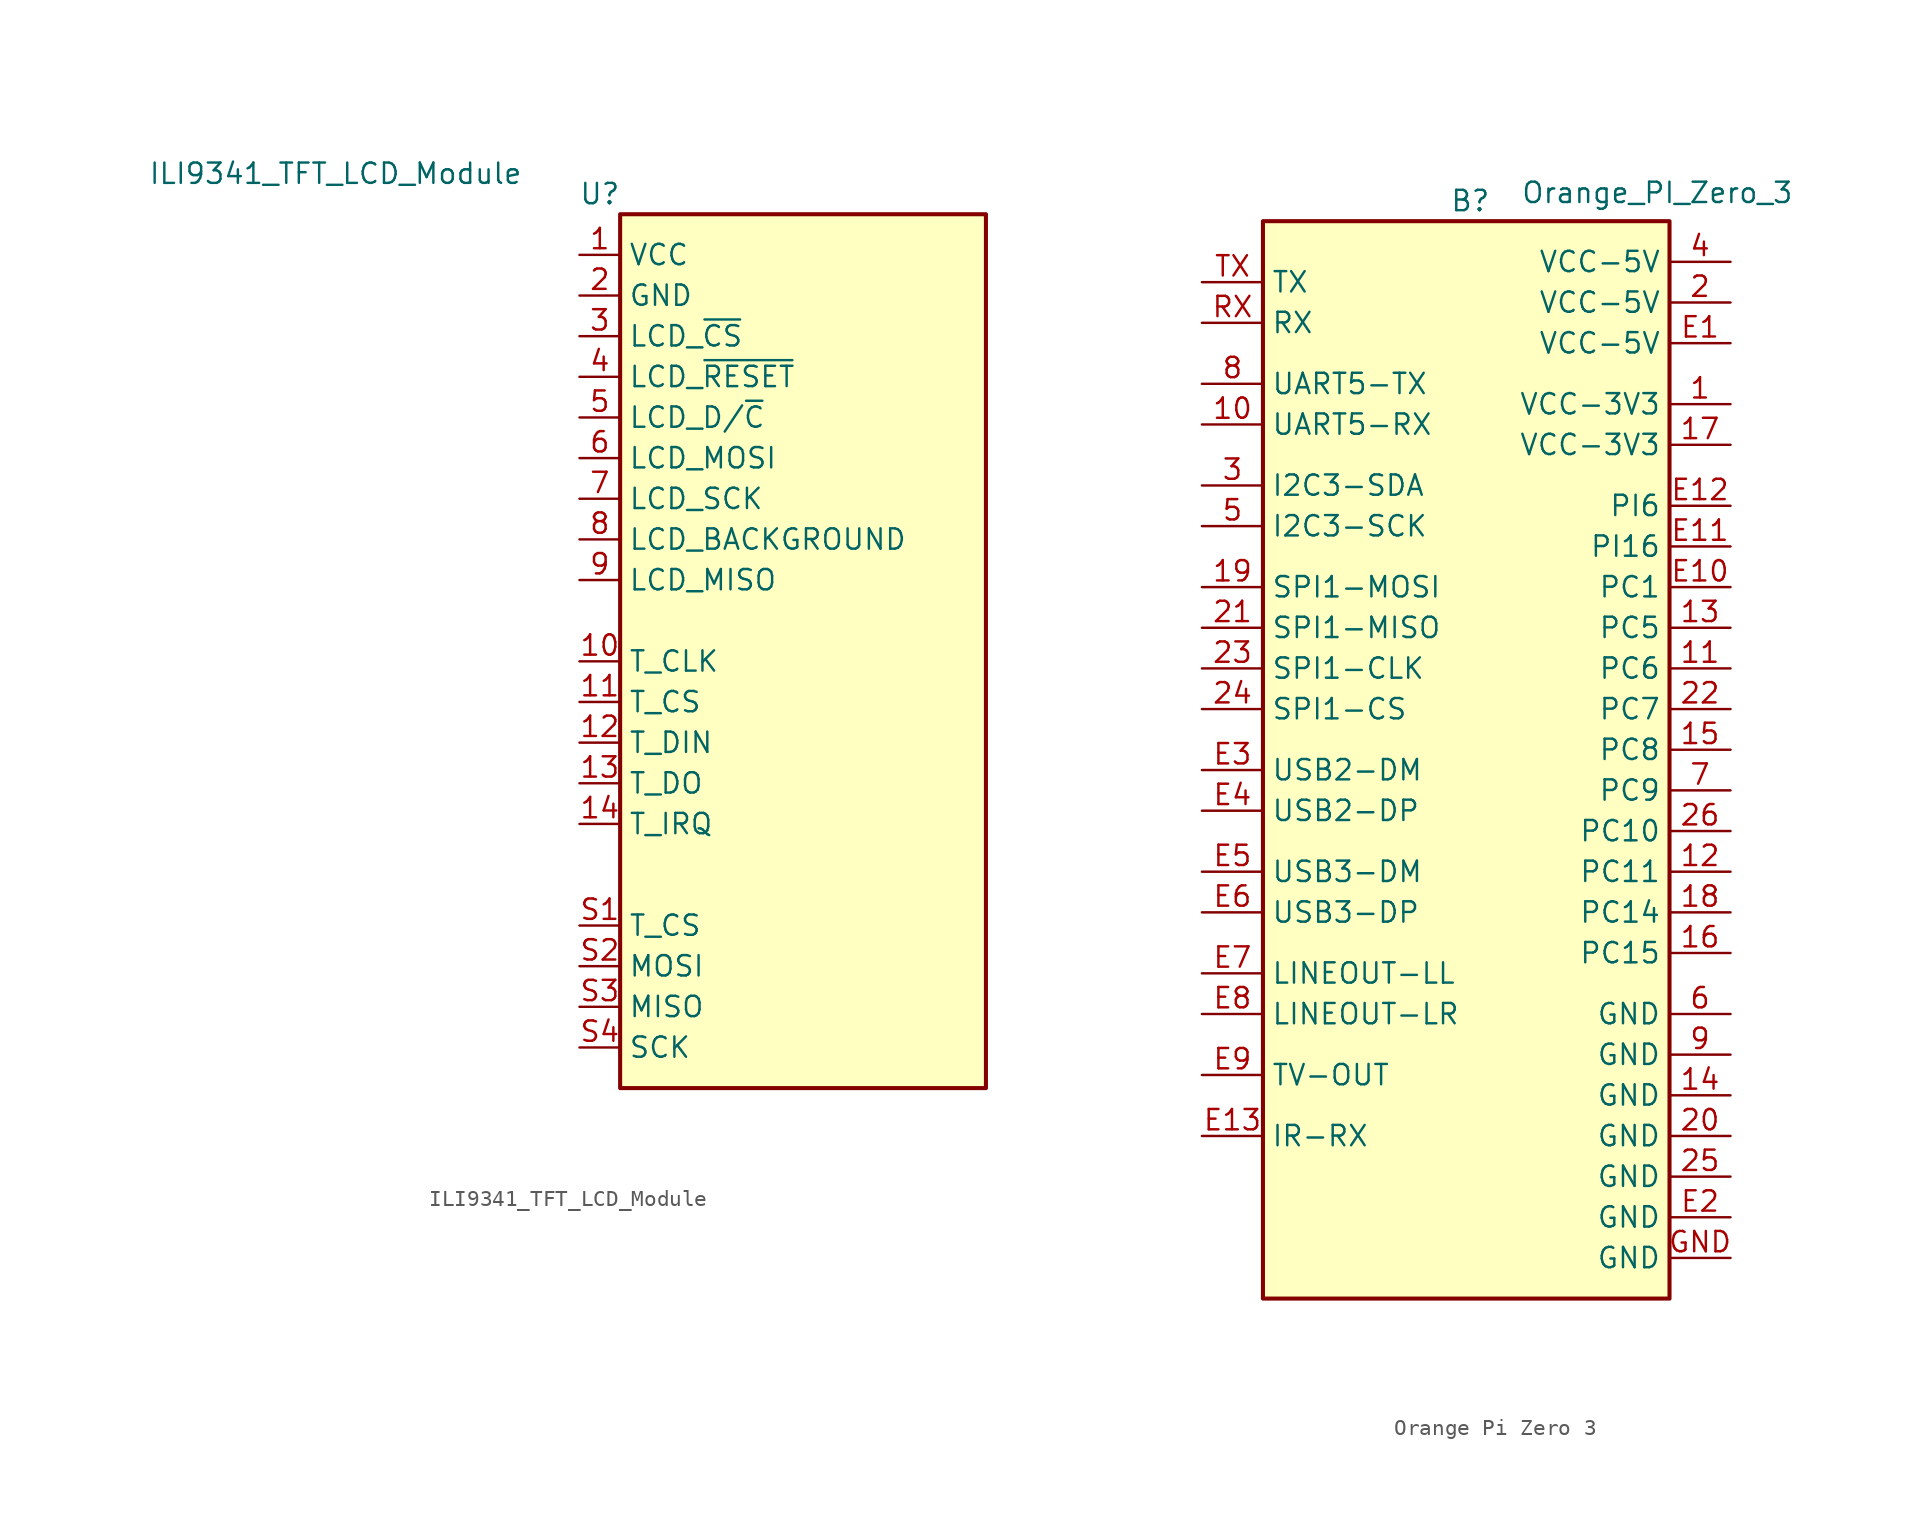
<source format=kicad_sym>
(kicad_symbol_lib
  (version 20231120)
  (generator "kicad_symbol_editor")
  (generator_version "8.0")
  (symbol "ILI9341_TFT_LCD_Module"
    (property "Reference" "U"
      (at -1.27 1.27 0)
      (effects (font (size 1.27 1.27))))
    (property "Value" "ILI9341_TFT_LCD_Module"
      (at -17.78 2.54 0)
      (effects (font (size 1.27 1.27))))
    (symbol "ILI9341_TFT_LCD_Module_0_1"
      (rectangle (start 0 0) (end 22.86 -54.61) (stroke (width 0.254) (type default)) (fill (type background))))
    (symbol "ILI9341_TFT_LCD_Module_1_1"
      (pin power_in line (at -2.54 -2.54 0) (length 2.54) (name "VCC" (effects (font (size 1.27 1.27)))) (number "1" (effects (font (size 1.27 1.27)))))
      (pin input line (at -2.54 -27.94 0) (length 2.54) (name "T_CLK" (effects (font (size 1.27 1.27)))) (number "10" (effects (font (size 1.27 1.27)))))
      (pin input line (at -2.54 -30.48 0) (length 2.54) (name "T_CS" (effects (font (size 1.27 1.27)))) (number "11" (effects (font (size 1.27 1.27)))))
      (pin input line (at -2.54 -33.02 0) (length 2.54) (name "T_DIN" (effects (font (size 1.27 1.27)))) (number "12" (effects (font (size 1.27 1.27)))))
      (pin input line (at -2.54 -35.56 0) (length 2.54) (name "T_DO" (effects (font (size 1.27 1.27)))) (number "13" (effects (font (size 1.27 1.27)))))
      (pin input line (at -2.54 -38.1 0) (length 2.54) (name "T_IRQ" (effects (font (size 1.27 1.27)))) (number "14" (effects (font (size 1.27 1.27)))))
      (pin power_in line (at -2.54 -5.08 0) (length 2.54) (name "GND" (effects (font (size 1.27 1.27)))) (number "2" (effects (font (size 1.27 1.27)))))
      (pin input line (at -2.54 -7.62 0) (length 2.54) (name "LCD_~{CS}" (effects (font (size 1.27 1.27)))) (number "3" (effects (font (size 1.27 1.27)))))
      (pin input line (at -2.54 -10.16 0) (length 2.54) (name "LCD_~{RESET}" (effects (font (size 1.27 1.27)))) (number "4" (effects (font (size 1.27 1.27)))))
      (pin input line (at -2.54 -12.7 0) (length 2.54) (name "LCD_D/~{C}" (effects (font (size 1.27 1.27)))) (number "5" (effects (font (size 1.27 1.27)))))
      (pin input line (at -2.54 -15.24 0) (length 2.54) (name "LCD_MOSI" (effects (font (size 1.27 1.27)))) (number "6" (effects (font (size 1.27 1.27)))))
      (pin input line (at -2.54 -17.78 0) (length 2.54) (name "LCD_SCK" (effects (font (size 1.27 1.27)))) (number "7" (effects (font (size 1.27 1.27)))))
      (pin power_in line (at -2.54 -20.32 0) (length 2.54) (name "LCD_BACKGROUND" (effects (font (size 1.27 1.27)))) (number "8" (effects (font (size 1.27 1.27)))))
      (pin output line (at -2.54 -22.86 0) (length 2.54) (name "LCD_MISO" (effects (font (size 1.27 1.27)))) (number "9" (effects (font (size 1.27 1.27)))))
      (pin input line (at -2.54 -44.45 0) (length 2.54) (name "T_CS" (effects (font (size 1.27 1.27)))) (number "S1" (effects (font (size 1.27 1.27)))))
      (pin input line (at -2.54 -46.99 0) (length 2.54) (name "MOSI" (effects (font (size 1.27 1.27)))) (number "S2" (effects (font (size 1.27 1.27)))))
      (pin output line (at -2.54 -49.53 0) (length 2.54) (name "MISO" (effects (font (size 1.27 1.27)))) (number "S3" (effects (font (size 1.27 1.27)))))
      (pin input line (at -2.54 -52.07 0) (length 2.54) (name "SCK" (effects (font (size 1.27 1.27)))) (number "S4" (effects (font (size 1.27 1.27)))))))
  (symbol "Orange Pi Zero 3"
    (property "Reference" "B"
      (at 0.254 1.27 0)
      (effects (font (size 1.27 1.27))))
    (property "Value" "Orange_PI_Zero_3"
      (at 11.938 1.778 0)
      (effects (font (size 1.27 1.27))))
    (symbol "Orange Pi Zero 3_0_1"
      (rectangle (start -12.7 0) (end 12.7 -67.31) (stroke (width 0.254) (type default)) (fill (type background))))
    (symbol "Orange Pi Zero 3_1_1"
      (pin power_out line (at 16.51 -11.43 180) (length 3.81) (name "VCC-3V3" (effects (font (size 1.27 1.27)))) (number "1" (effects (font (size 1.27 1.27)))))
      (pin bidirectional line (at -16.51 -12.7 0) (length 3.81) (name "UART5-RX" (effects (font (size 1.27 1.27)))) (number "10" (effects (font (size 1.27 1.27)))))
      (pin bidirectional line (at 16.51 -27.94 180) (length 3.81) (name "PC6" (effects (font (size 1.27 1.27)))) (number "11" (effects (font (size 1.27 1.27)))))
      (pin bidirectional line (at 16.51 -40.64 180) (length 3.81) (name "PC11" (effects (font (size 1.27 1.27)))) (number "12" (effects (font (size 1.27 1.27)))))
      (pin bidirectional line (at 16.51 -25.4 180) (length 3.81) (name "PC5" (effects (font (size 1.27 1.27)))) (number "13" (effects (font (size 1.27 1.27)))))
      (pin power_in line (at 16.51 -54.61 180) (length 3.81) (name "GND" (effects (font (size 1.27 1.27)))) (number "14" (effects (font (size 1.27 1.27)))))
      (pin bidirectional line (at 16.51 -33.02 180) (length 3.81) (name "PC8" (effects (font (size 1.27 1.27)))) (number "15" (effects (font (size 1.27 1.27)))))
      (pin bidirectional line (at 16.51 -45.72 180) (length 3.81) (name "PC15" (effects (font (size 1.27 1.27)))) (number "16" (effects (font (size 1.27 1.27)))))
      (pin power_out line (at 16.51 -13.97 180) (length 3.81) (name "VCC-3V3" (effects (font (size 1.27 1.27)))) (number "17" (effects (font (size 1.27 1.27)))))
      (pin bidirectional line (at 16.51 -43.18 180) (length 3.81) (name "PC14" (effects (font (size 1.27 1.27)))) (number "18" (effects (font (size 1.27 1.27)))))
      (pin bidirectional line (at -16.51 -22.86 0) (length 3.81) (name "SPI1-MOSI" (effects (font (size 1.27 1.27)))) (number "19" (effects (font (size 1.27 1.27)))))
      (pin power_in line (at 16.51 -5.08 180) (length 3.81) (name "VCC-5V" (effects (font (size 1.27 1.27)))) (number "2" (effects (font (size 1.27 1.27)))))
      (pin power_in line (at 16.51 -57.15 180) (length 3.81) (name "GND" (effects (font (size 1.27 1.27)))) (number "20" (effects (font (size 1.27 1.27)))))
      (pin bidirectional line (at -16.51 -25.4 0) (length 3.81) (name "SPI1-MISO" (effects (font (size 1.27 1.27)))) (number "21" (effects (font (size 1.27 1.27)))))
      (pin bidirectional line (at 16.51 -30.48 180) (length 3.81) (name "PC7" (effects (font (size 1.27 1.27)))) (number "22" (effects (font (size 1.27 1.27)))))
      (pin bidirectional line (at -16.51 -27.94 0) (length 3.81) (name "SPI1-CLK" (effects (font (size 1.27 1.27)))) (number "23" (effects (font (size 1.27 1.27)))))
      (pin bidirectional line (at -16.51 -30.48 0) (length 3.81) (name "SPI1-CS" (effects (font (size 1.27 1.27)))) (number "24" (effects (font (size 1.27 1.27)))))
      (pin power_in line (at 16.51 -59.69 180) (length 3.81) (name "GND" (effects (font (size 1.27 1.27)))) (number "25" (effects (font (size 1.27 1.27)))))
      (pin bidirectional line (at 16.51 -38.1 180) (length 3.81) (name "PC10" (effects (font (size 1.27 1.27)))) (number "26" (effects (font (size 1.27 1.27)))))
      (pin bidirectional line (at -16.51 -16.51 0) (length 3.81) (name "I2C3-SDA" (effects (font (size 1.27 1.27)))) (number "3" (effects (font (size 1.27 1.27)))))
      (pin power_in line (at 16.51 -2.54 180) (length 3.81) (name "VCC-5V" (effects (font (size 1.27 1.27)))) (number "4" (effects (font (size 1.27 1.27)))))
      (pin bidirectional line (at -16.51 -19.05 0) (length 3.81) (name "I2C3-SCK" (effects (font (size 1.27 1.27)))) (number "5" (effects (font (size 1.27 1.27)))))
      (pin power_in line (at 16.51 -49.53 180) (length 3.81) (name "GND" (effects (font (size 1.27 1.27)))) (number "6" (effects (font (size 1.27 1.27)))))
      (pin bidirectional line (at 16.51 -35.56 180) (length 3.81) (name "PC9" (effects (font (size 1.27 1.27)))) (number "7" (effects (font (size 1.27 1.27)))))
      (pin bidirectional line (at -16.51 -10.16 0) (length 3.81) (name "UART5-TX" (effects (font (size 1.27 1.27)))) (number "8" (effects (font (size 1.27 1.27)))))
      (pin power_in line (at 16.51 -52.07 180) (length 3.81) (name "GND" (effects (font (size 1.27 1.27)))) (number "9" (effects (font (size 1.27 1.27)))))
      (pin power_in line (at 16.51 -7.62 180) (length 3.81) (name "VCC-5V" (effects (font (size 1.27 1.27)))) (number "E1" (effects (font (size 1.27 1.27)))))
      (pin bidirectional line (at 16.51 -22.86 180) (length 3.81) (name "PC1" (effects (font (size 1.27 1.27)))) (number "E10" (effects (font (size 1.27 1.27)))))
      (pin bidirectional line (at 16.51 -20.32 180) (length 3.81) (name "PI16" (effects (font (size 1.27 1.27)))) (number "E11" (effects (font (size 1.27 1.27)))))
      (pin bidirectional line (at 16.51 -17.78 180) (length 3.81) (name "PI6" (effects (font (size 1.27 1.27)))) (number "E12" (effects (font (size 1.27 1.27)))))
      (pin input line (at -16.51 -57.15 0) (length 3.81) (name "IR-RX" (effects (font (size 1.27 1.27)))) (number "E13" (effects (font (size 1.27 1.27)))))
      (pin power_in line (at 16.51 -62.23 180) (length 3.81) (name "GND" (effects (font (size 1.27 1.27)))) (number "E2" (effects (font (size 1.27 1.27)))))
      (pin bidirectional line (at -16.51 -34.29 0) (length 3.81) (name "USB2-DM" (effects (font (size 1.27 1.27)))) (number "E3" (effects (font (size 1.27 1.27)))))
      (pin bidirectional line (at -16.51 -36.83 0) (length 3.81) (name "USB2-DP" (effects (font (size 1.27 1.27)))) (number "E4" (effects (font (size 1.27 1.27)))))
      (pin bidirectional line (at -16.51 -40.64 0) (length 3.81) (name "USB3-DM" (effects (font (size 1.27 1.27)))) (number "E5" (effects (font (size 1.27 1.27)))))
      (pin bidirectional line (at -16.51 -43.18 0) (length 3.81) (name "USB3-DP" (effects (font (size 1.27 1.27)))) (number "E6" (effects (font (size 1.27 1.27)))))
      (pin output line (at -16.51 -46.99 0) (length 3.81) (name "LINEOUT-LL" (effects (font (size 1.27 1.27)))) (number "E7" (effects (font (size 1.27 1.27)))))
      (pin output line (at -16.51 -49.53 0) (length 3.81) (name "LINEOUT-LR" (effects (font (size 1.27 1.27)))) (number "E8" (effects (font (size 1.27 1.27)))))
      (pin output line (at -16.51 -53.34 0) (length 3.81) (name "TV-OUT" (effects (font (size 1.27 1.27)))) (number "E9" (effects (font (size 1.27 1.27)))))
      (pin power_in line (at 16.51 -64.77 180) (length 3.81) (name "GND" (effects (font (size 1.27 1.27)))) (number "GND" (effects (font (size 1.27 1.27)))))
      (pin bidirectional line (at -16.51 -6.35 0) (length 3.81) (name "RX" (effects (font (size 1.27 1.27)))) (number "RX" (effects (font (size 1.27 1.27)))))
      (pin bidirectional line (at -16.51 -3.81 0) (length 3.81) (name "TX" (effects (font (size 1.27 1.27)))) (number "TX" (effects (font (size 1.27 1.27))))))))
</source>
